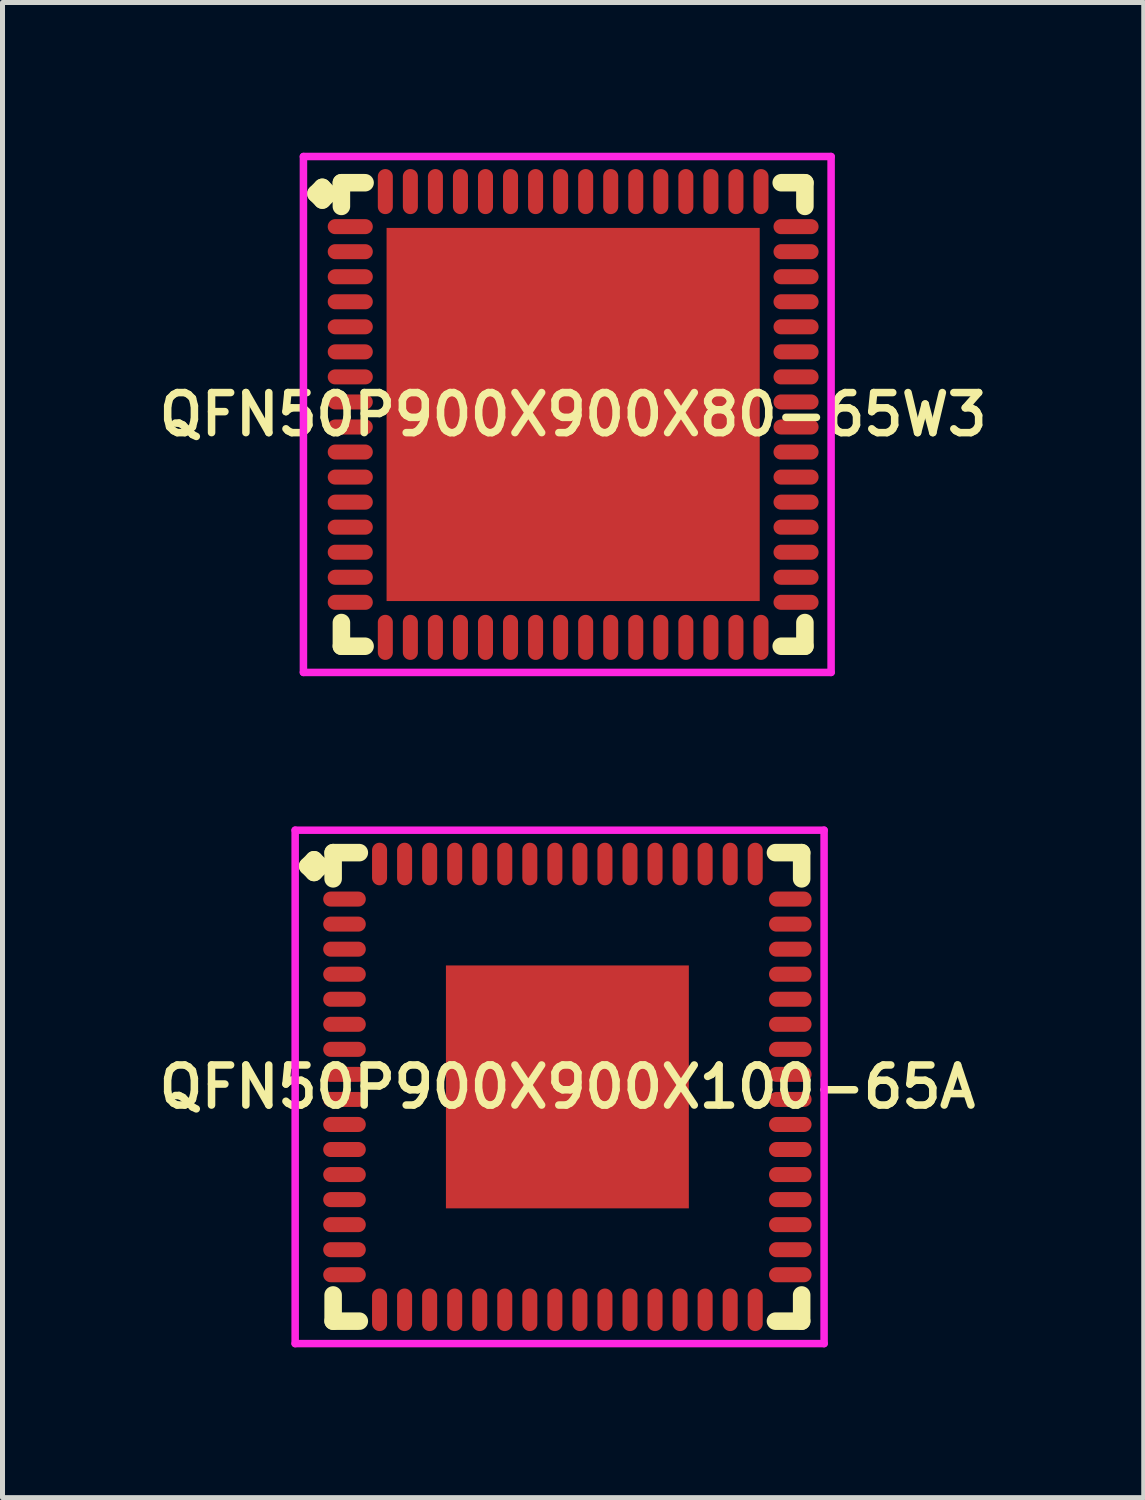
<source format=kicad_pcb>
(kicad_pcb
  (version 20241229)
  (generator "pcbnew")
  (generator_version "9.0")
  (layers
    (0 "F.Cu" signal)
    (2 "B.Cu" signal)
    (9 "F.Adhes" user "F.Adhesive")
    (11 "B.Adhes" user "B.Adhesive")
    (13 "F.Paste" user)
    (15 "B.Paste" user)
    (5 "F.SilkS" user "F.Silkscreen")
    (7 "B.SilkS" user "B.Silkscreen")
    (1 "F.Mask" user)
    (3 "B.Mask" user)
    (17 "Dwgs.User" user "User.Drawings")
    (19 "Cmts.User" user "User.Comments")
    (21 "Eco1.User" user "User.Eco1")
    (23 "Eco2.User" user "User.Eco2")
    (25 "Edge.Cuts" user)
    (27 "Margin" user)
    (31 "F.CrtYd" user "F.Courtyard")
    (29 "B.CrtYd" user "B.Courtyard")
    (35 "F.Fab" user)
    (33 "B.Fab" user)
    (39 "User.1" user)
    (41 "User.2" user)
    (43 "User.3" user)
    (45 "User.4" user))
  (footprint "QFN50P900X900X100-65A"
    (layer "F.Cu")
    (at 8.278 18.65)
    (property "Reference" "QFN50P900X900X100-65A" (at 0 0 0) (layer "F.SilkS") (effects (font (size 0.8 0.8) (thickness 0.15))))
    (attr smd)
    (fp_line (start -5.185 -4.408) (end -5.058 -4.535) (stroke (width 0.35) (type solid)) (layer "F.SilkS"))
    (fp_line (start -5.058 -4.535) (end -4.931 -4.408) (stroke (width 0.35) (type solid)) (layer "F.SilkS"))
    (fp_line (start -5.058 -4.281) (end -5.185 -4.408) (stroke (width 0.35) (type solid)) (layer "F.SilkS"))
    (fp_line (start -4.931 -4.408) (end -5.058 -4.281) (stroke (width 0.35) (type solid)) (layer "F.SilkS"))
    (fp_line (start -4.677 -4.677) (end -4.154 -4.677) (stroke (width 0.35) (type solid)) (layer "F.SilkS"))
    (fp_line (start -4.677 -4.154) (end -4.677 -4.677) (stroke (width 0.35) (type solid)) (layer "F.SilkS"))
    (fp_line (start -4.677 4.154) (end -4.677 4.677) (stroke (width 0.35) (type solid)) (layer "F.SilkS"))
    (fp_line (start -4.677 4.677) (end -4.154 4.677) (stroke (width 0.35) (type solid)) (layer "F.SilkS"))
    (fp_line (start 4.154 -4.677) (end 4.677 -4.677) (stroke (width 0.35) (type solid)) (layer "F.SilkS"))
    (fp_line (start 4.154 4.677) (end 4.677 4.677) (stroke (width 0.35) (type solid)) (layer "F.SilkS"))
    (fp_line (start 4.677 -4.677) (end 4.677 -4.154) (stroke (width 0.35) (type solid)) (layer "F.SilkS"))
    (fp_line (start 4.677 4.677) (end 4.677 4.154) (stroke (width 0.35) (type solid)) (layer "F.SilkS"))
    (fp_line (start -5.435 -5.125) (end 5.125 -5.125) (stroke (width 0.15) (type solid)) (layer "F.CrtYd"))
    (fp_line (start -5.435 5.125) (end -5.435 -5.125) (stroke (width 0.15) (type solid)) (layer "F.CrtYd"))
    (fp_line (start 5.125 -5.125) (end 5.125 5.125) (stroke (width 0.15) (type solid)) (layer "F.CrtYd"))
    (fp_line (start 5.125 5.125) (end -5.435 5.125) (stroke (width 0.15) (type solid)) (layer "F.CrtYd"))
    (pad "1" smd oval (at -4.45 -3.75) (size 0.85 0.3) (layers "F.Cu" "F.Mask" "F.Paste"))
    (pad "2" smd oval (at -4.45 -3.25) (size 0.85 0.3) (layers "F.Cu" "F.Mask" "F.Paste"))
    (pad "3" smd oval (at -4.45 -2.75) (size 0.85 0.3) (layers "F.Cu" "F.Mask" "F.Paste"))
    (pad "4" smd oval (at -4.45 -2.25) (size 0.85 0.3) (layers "F.Cu" "F.Mask" "F.Paste"))
    (pad "5" smd oval (at -4.45 -1.75) (size 0.85 0.3) (layers "F.Cu" "F.Mask" "F.Paste"))
    (pad "6" smd oval (at -4.45 -1.25) (size 0.85 0.3) (layers "F.Cu" "F.Mask" "F.Paste"))
    (pad "7" smd oval (at -4.45 -0.75) (size 0.85 0.3) (layers "F.Cu" "F.Mask" "F.Paste"))
    (pad "8" smd oval (at -4.45 -0.25) (size 0.85 0.3) (layers "F.Cu" "F.Mask" "F.Paste"))
    (pad "9" smd oval (at -4.45 0.25) (size 0.85 0.3) (layers "F.Cu" "F.Mask" "F.Paste"))
    (pad "10" smd oval (at -4.45 0.75) (size 0.85 0.3) (layers "F.Cu" "F.Mask" "F.Paste"))
    (pad "11" smd oval (at -4.45 1.25) (size 0.85 0.3) (layers "F.Cu" "F.Mask" "F.Paste"))
    (pad "12" smd oval (at -4.45 1.75) (size 0.85 0.3) (layers "F.Cu" "F.Mask" "F.Paste"))
    (pad "13" smd oval (at -4.45 2.25) (size 0.85 0.3) (layers "F.Cu" "F.Mask" "F.Paste"))
    (pad "14" smd oval (at -4.45 2.75) (size 0.85 0.3) (layers "F.Cu" "F.Mask" "F.Paste"))
    (pad "15" smd oval (at -4.45 3.25) (size 0.85 0.3) (layers "F.Cu" "F.Mask" "F.Paste"))
    (pad "16" smd oval (at -4.45 3.75) (size 0.85 0.3) (layers "F.Cu" "F.Mask" "F.Paste"))
    (pad "17" smd oval (at -3.75 4.45) (size 0.3 0.85) (layers "F.Cu" "F.Mask" "F.Paste"))
    (pad "18" smd oval (at -3.25 4.45) (size 0.3 0.85) (layers "F.Cu" "F.Mask" "F.Paste"))
    (pad "19" smd oval (at -2.75 4.45) (size 0.3 0.85) (layers "F.Cu" "F.Mask" "F.Paste"))
    (pad "20" smd oval (at -2.25 4.45) (size 0.3 0.85) (layers "F.Cu" "F.Mask" "F.Paste"))
    (pad "21" smd oval (at -1.75 4.45) (size 0.3 0.85) (layers "F.Cu" "F.Mask" "F.Paste"))
    (pad "22" smd oval (at -1.25 4.45) (size 0.3 0.85) (layers "F.Cu" "F.Mask" "F.Paste"))
    (pad "23" smd oval (at -0.75 4.45) (size 0.3 0.85) (layers "F.Cu" "F.Mask" "F.Paste"))
    (pad "24" smd oval (at -0.25 4.45) (size 0.3 0.85) (layers "F.Cu" "F.Mask" "F.Paste"))
    (pad "25" smd oval (at 0.25 4.45) (size 0.3 0.85) (layers "F.Cu" "F.Mask" "F.Paste"))
    (pad "26" smd oval (at 0.75 4.45) (size 0.3 0.85) (layers "F.Cu" "F.Mask" "F.Paste"))
    (pad "27" smd oval (at 1.25 4.45) (size 0.3 0.85) (layers "F.Cu" "F.Mask" "F.Paste"))
    (pad "28" smd oval (at 1.75 4.45) (size 0.3 0.85) (layers "F.Cu" "F.Mask" "F.Paste"))
    (pad "29" smd oval (at 2.25 4.45) (size 0.3 0.85) (layers "F.Cu" "F.Mask" "F.Paste"))
    (pad "30" smd oval (at 2.75 4.45) (size 0.3 0.85) (layers "F.Cu" "F.Mask" "F.Paste"))
    (pad "31" smd oval (at 3.25 4.45) (size 0.3 0.85) (layers "F.Cu" "F.Mask" "F.Paste"))
    (pad "32" smd oval (at 3.75 4.45) (size 0.3 0.85) (layers "F.Cu" "F.Mask" "F.Paste"))
    (pad "33" smd oval (at 4.45 3.75) (size 0.85 0.3) (layers "F.Cu" "F.Mask" "F.Paste"))
    (pad "34" smd oval (at 4.45 3.25) (size 0.85 0.3) (layers "F.Cu" "F.Mask" "F.Paste"))
    (pad "35" smd oval (at 4.45 2.75) (size 0.85 0.3) (layers "F.Cu" "F.Mask" "F.Paste"))
    (pad "36" smd oval (at 4.45 2.25) (size 0.85 0.3) (layers "F.Cu" "F.Mask" "F.Paste"))
    (pad "37" smd oval (at 4.45 1.75) (size 0.85 0.3) (layers "F.Cu" "F.Mask" "F.Paste"))
    (pad "38" smd oval (at 4.45 1.25) (size 0.85 0.3) (layers "F.Cu" "F.Mask" "F.Paste"))
    (pad "39" smd oval (at 4.45 0.75) (size 0.85 0.3) (layers "F.Cu" "F.Mask" "F.Paste"))
    (pad "40" smd oval (at 4.45 0.25) (size 0.85 0.3) (layers "F.Cu" "F.Mask" "F.Paste"))
    (pad "41" smd oval (at 4.45 -0.25) (size 0.85 0.3) (layers "F.Cu" "F.Mask" "F.Paste"))
    (pad "42" smd oval (at 4.45 -0.75) (size 0.85 0.3) (layers "F.Cu" "F.Mask" "F.Paste"))
    (pad "43" smd oval (at 4.45 -1.25) (size 0.85 0.3) (layers "F.Cu" "F.Mask" "F.Paste"))
    (pad "44" smd oval (at 4.45 -1.75) (size 0.85 0.3) (layers "F.Cu" "F.Mask" "F.Paste"))
    (pad "45" smd oval (at 4.45 -2.25) (size 0.85 0.3) (layers "F.Cu" "F.Mask" "F.Paste"))
    (pad "46" smd oval (at 4.45 -2.75) (size 0.85 0.3) (layers "F.Cu" "F.Mask" "F.Paste"))
    (pad "47" smd oval (at 4.45 -3.25) (size 0.85 0.3) (layers "F.Cu" "F.Mask" "F.Paste"))
    (pad "48" smd oval (at 4.45 -3.75) (size 0.85 0.3) (layers "F.Cu" "F.Mask" "F.Paste"))
    (pad "49" smd oval (at 3.75 -4.45) (size 0.3 0.85) (layers "F.Cu" "F.Mask" "F.Paste"))
    (pad "50" smd oval (at 3.25 -4.45) (size 0.3 0.85) (layers "F.Cu" "F.Mask" "F.Paste"))
    (pad "51" smd oval (at 2.75 -4.45) (size 0.3 0.85) (layers "F.Cu" "F.Mask" "F.Paste"))
    (pad "52" smd oval (at 2.25 -4.45) (size 0.3 0.85) (layers "F.Cu" "F.Mask" "F.Paste"))
    (pad "53" smd oval (at 1.75 -4.45) (size 0.3 0.85) (layers "F.Cu" "F.Mask" "F.Paste"))
    (pad "54" smd oval (at 1.25 -4.45) (size 0.3 0.85) (layers "F.Cu" "F.Mask" "F.Paste"))
    (pad "55" smd oval (at 0.75 -4.45) (size 0.3 0.85) (layers "F.Cu" "F.Mask" "F.Paste"))
    (pad "56" smd oval (at 0.25 -4.45) (size 0.3 0.85) (layers "F.Cu" "F.Mask" "F.Paste"))
    (pad "57" smd oval (at -0.25 -4.45) (size 0.3 0.85) (layers "F.Cu" "F.Mask" "F.Paste"))
    (pad "58" smd oval (at -0.75 -4.45) (size 0.3 0.85) (layers "F.Cu" "F.Mask" "F.Paste"))
    (pad "59" smd oval (at -1.25 -4.45) (size 0.3 0.85) (layers "F.Cu" "F.Mask" "F.Paste"))
    (pad "60" smd oval (at -1.75 -4.45) (size 0.3 0.85) (layers "F.Cu" "F.Mask" "F.Paste"))
    (pad "61" smd oval (at -2.25 -4.45) (size 0.3 0.85) (layers "F.Cu" "F.Mask" "F.Paste"))
    (pad "62" smd oval (at -2.75 -4.45) (size 0.3 0.85) (layers "F.Cu" "F.Mask" "F.Paste"))
    (pad "63" smd oval (at -3.25 -4.45) (size 0.3 0.85) (layers "F.Cu" "F.Mask" "F.Paste"))
    (pad "64" smd oval (at -3.75 -4.45) (size 0.3 0.85) (layers "F.Cu" "F.Mask" "F.Paste"))
    (pad "65" smd rect (at 0 0) (size 4.85 4.85) (layers "F.Cu" "F.Mask" "F.Paste")))
  (footprint "QFN50P900X900X80-65W3"
    (layer "F.Cu")
    (at 8.393 5.225)
    (property "Reference" "QFN50P900X900X80-65W3" (at 0 0 0) (layer "F.SilkS") (effects (font (size 0.8 0.8) (thickness 0.15))))
    (attr smd)
    (fp_line (start -5.135 -4.408) (end -5.008 -4.535) (stroke (width 0.35) (type solid)) (layer "F.SilkS"))
    (fp_line (start -5.008 -4.535) (end -4.881 -4.408) (stroke (width 0.35) (type solid)) (layer "F.SilkS"))
    (fp_line (start -5.008 -4.281) (end -5.135 -4.408) (stroke (width 0.35) (type solid)) (layer "F.SilkS"))
    (fp_line (start -4.881 -4.408) (end -5.008 -4.281) (stroke (width 0.35) (type solid)) (layer "F.SilkS"))
    (fp_line (start -4.627 -4.627) (end -4.154 -4.627) (stroke (width 0.35) (type solid)) (layer "F.SilkS"))
    (fp_line (start -4.627 -4.154) (end -4.627 -4.627) (stroke (width 0.35) (type solid)) (layer "F.SilkS"))
    (fp_line (start -4.627 4.154) (end -4.627 4.627) (stroke (width 0.35) (type solid)) (layer "F.SilkS"))
    (fp_line (start -4.627 4.627) (end -4.154 4.627) (stroke (width 0.35) (type solid)) (layer "F.SilkS"))
    (fp_line (start 4.154 -4.627) (end 4.627 -4.627) (stroke (width 0.35) (type solid)) (layer "F.SilkS"))
    (fp_line (start 4.154 4.627) (end 4.627 4.627) (stroke (width 0.35) (type solid)) (layer "F.SilkS"))
    (fp_line (start 4.627 -4.627) (end 4.627 -4.154) (stroke (width 0.35) (type solid)) (layer "F.SilkS"))
    (fp_line (start 4.627 4.627) (end 4.627 4.154) (stroke (width 0.35) (type solid)) (layer "F.SilkS"))
    (fp_line (start -5.385 -5.15) (end 5.15 -5.15) (stroke (width 0.15) (type solid)) (layer "F.CrtYd"))
    (fp_line (start -5.385 5.15) (end -5.385 -5.15) (stroke (width 0.15) (type solid)) (layer "F.CrtYd"))
    (fp_line (start 5.15 -5.15) (end 5.15 5.15) (stroke (width 0.15) (type solid)) (layer "F.CrtYd"))
    (fp_line (start 5.15 5.15) (end -5.385 5.15) (stroke (width 0.15) (type solid)) (layer "F.CrtYd"))
    (pad "1" smd oval (at -4.45 -3.75) (size 0.9 0.3) (layers "F.Cu" "F.Mask" "F.Paste"))
    (pad "2" smd oval (at -4.45 -3.25) (size 0.9 0.3) (layers "F.Cu" "F.Mask" "F.Paste"))
    (pad "3" smd oval (at -4.45 -2.75) (size 0.9 0.3) (layers "F.Cu" "F.Mask" "F.Paste"))
    (pad "4" smd oval (at -4.45 -2.25) (size 0.9 0.3) (layers "F.Cu" "F.Mask" "F.Paste"))
    (pad "5" smd oval (at -4.45 -1.75) (size 0.9 0.3) (layers "F.Cu" "F.Mask" "F.Paste"))
    (pad "6" smd oval (at -4.45 -1.25) (size 0.9 0.3) (layers "F.Cu" "F.Mask" "F.Paste"))
    (pad "7" smd oval (at -4.45 -0.75) (size 0.9 0.3) (layers "F.Cu" "F.Mask" "F.Paste"))
    (pad "8" smd oval (at -4.45 -0.25) (size 0.9 0.3) (layers "F.Cu" "F.Mask" "F.Paste"))
    (pad "9" smd oval (at -4.45 0.25) (size 0.9 0.3) (layers "F.Cu" "F.Mask" "F.Paste"))
    (pad "10" smd oval (at -4.45 0.75) (size 0.9 0.3) (layers "F.Cu" "F.Mask" "F.Paste"))
    (pad "11" smd oval (at -4.45 1.25) (size 0.9 0.3) (layers "F.Cu" "F.Mask" "F.Paste"))
    (pad "12" smd oval (at -4.45 1.75) (size 0.9 0.3) (layers "F.Cu" "F.Mask" "F.Paste"))
    (pad "13" smd oval (at -4.45 2.25) (size 0.9 0.3) (layers "F.Cu" "F.Mask" "F.Paste"))
    (pad "14" smd oval (at -4.45 2.75) (size 0.9 0.3) (layers "F.Cu" "F.Mask" "F.Paste"))
    (pad "15" smd oval (at -4.45 3.25) (size 0.9 0.3) (layers "F.Cu" "F.Mask" "F.Paste"))
    (pad "16" smd oval (at -4.45 3.75) (size 0.9 0.3) (layers "F.Cu" "F.Mask" "F.Paste"))
    (pad "17" smd oval (at -3.75 4.45) (size 0.3 0.9) (layers "F.Cu" "F.Mask" "F.Paste"))
    (pad "18" smd oval (at -3.25 4.45) (size 0.3 0.9) (layers "F.Cu" "F.Mask" "F.Paste"))
    (pad "19" smd oval (at -2.75 4.45) (size 0.3 0.9) (layers "F.Cu" "F.Mask" "F.Paste"))
    (pad "20" smd oval (at -2.25 4.45) (size 0.3 0.9) (layers "F.Cu" "F.Mask" "F.Paste"))
    (pad "21" smd oval (at -1.75 4.45) (size 0.3 0.9) (layers "F.Cu" "F.Mask" "F.Paste"))
    (pad "22" smd oval (at -1.25 4.45) (size 0.3 0.9) (layers "F.Cu" "F.Mask" "F.Paste"))
    (pad "23" smd oval (at -0.75 4.45) (size 0.3 0.9) (layers "F.Cu" "F.Mask" "F.Paste"))
    (pad "24" smd oval (at -0.25 4.45) (size 0.3 0.9) (layers "F.Cu" "F.Mask" "F.Paste"))
    (pad "25" smd oval (at 0.25 4.45) (size 0.3 0.9) (layers "F.Cu" "F.Mask" "F.Paste"))
    (pad "26" smd oval (at 0.75 4.45) (size 0.3 0.9) (layers "F.Cu" "F.Mask" "F.Paste"))
    (pad "27" smd oval (at 1.25 4.45) (size 0.3 0.9) (layers "F.Cu" "F.Mask" "F.Paste"))
    (pad "28" smd oval (at 1.75 4.45) (size 0.3 0.9) (layers "F.Cu" "F.Mask" "F.Paste"))
    (pad "29" smd oval (at 2.25 4.45) (size 0.3 0.9) (layers "F.Cu" "F.Mask" "F.Paste"))
    (pad "30" smd oval (at 2.75 4.45) (size 0.3 0.9) (layers "F.Cu" "F.Mask" "F.Paste"))
    (pad "31" smd oval (at 3.25 4.45) (size 0.3 0.9) (layers "F.Cu" "F.Mask" "F.Paste"))
    (pad "32" smd oval (at 3.75 4.45) (size 0.3 0.9) (layers "F.Cu" "F.Mask" "F.Paste"))
    (pad "33" smd oval (at 4.45 3.75) (size 0.9 0.3) (layers "F.Cu" "F.Mask" "F.Paste"))
    (pad "34" smd oval (at 4.45 3.25) (size 0.9 0.3) (layers "F.Cu" "F.Mask" "F.Paste"))
    (pad "35" smd oval (at 4.45 2.75) (size 0.9 0.3) (layers "F.Cu" "F.Mask" "F.Paste"))
    (pad "36" smd oval (at 4.45 2.25) (size 0.9 0.3) (layers "F.Cu" "F.Mask" "F.Paste"))
    (pad "37" smd oval (at 4.45 1.75) (size 0.9 0.3) (layers "F.Cu" "F.Mask" "F.Paste"))
    (pad "38" smd oval (at 4.45 1.25) (size 0.9 0.3) (layers "F.Cu" "F.Mask" "F.Paste"))
    (pad "39" smd oval (at 4.45 0.75) (size 0.9 0.3) (layers "F.Cu" "F.Mask" "F.Paste"))
    (pad "40" smd oval (at 4.45 0.25) (size 0.9 0.3) (layers "F.Cu" "F.Mask" "F.Paste"))
    (pad "41" smd oval (at 4.45 -0.25) (size 0.9 0.3) (layers "F.Cu" "F.Mask" "F.Paste"))
    (pad "42" smd oval (at 4.45 -0.75) (size 0.9 0.3) (layers "F.Cu" "F.Mask" "F.Paste"))
    (pad "43" smd oval (at 4.45 -1.25) (size 0.9 0.3) (layers "F.Cu" "F.Mask" "F.Paste"))
    (pad "44" smd oval (at 4.45 -1.75) (size 0.9 0.3) (layers "F.Cu" "F.Mask" "F.Paste"))
    (pad "45" smd oval (at 4.45 -2.25) (size 0.9 0.3) (layers "F.Cu" "F.Mask" "F.Paste"))
    (pad "46" smd oval (at 4.45 -2.75) (size 0.9 0.3) (layers "F.Cu" "F.Mask" "F.Paste"))
    (pad "47" smd oval (at 4.45 -3.25) (size 0.9 0.3) (layers "F.Cu" "F.Mask" "F.Paste"))
    (pad "48" smd oval (at 4.45 -3.75) (size 0.9 0.3) (layers "F.Cu" "F.Mask" "F.Paste"))
    (pad "49" smd oval (at 3.75 -4.45) (size 0.3 0.9) (layers "F.Cu" "F.Mask" "F.Paste"))
    (pad "50" smd oval (at 3.25 -4.45) (size 0.3 0.9) (layers "F.Cu" "F.Mask" "F.Paste"))
    (pad "51" smd oval (at 2.75 -4.45) (size 0.3 0.9) (layers "F.Cu" "F.Mask" "F.Paste"))
    (pad "52" smd oval (at 2.25 -4.45) (size 0.3 0.9) (layers "F.Cu" "F.Mask" "F.Paste"))
    (pad "53" smd oval (at 1.75 -4.45) (size 0.3 0.9) (layers "F.Cu" "F.Mask" "F.Paste"))
    (pad "54" smd oval (at 1.25 -4.45) (size 0.3 0.9) (layers "F.Cu" "F.Mask" "F.Paste"))
    (pad "55" smd oval (at 0.75 -4.45) (size 0.3 0.9) (layers "F.Cu" "F.Mask" "F.Paste"))
    (pad "56" smd oval (at 0.25 -4.45) (size 0.3 0.9) (layers "F.Cu" "F.Mask" "F.Paste"))
    (pad "57" smd oval (at -0.25 -4.45) (size 0.3 0.9) (layers "F.Cu" "F.Mask" "F.Paste"))
    (pad "58" smd oval (at -0.75 -4.45) (size 0.3 0.9) (layers "F.Cu" "F.Mask" "F.Paste"))
    (pad "59" smd oval (at -1.25 -4.45) (size 0.3 0.9) (layers "F.Cu" "F.Mask" "F.Paste"))
    (pad "60" smd oval (at -1.75 -4.45) (size 0.3 0.9) (layers "F.Cu" "F.Mask" "F.Paste"))
    (pad "61" smd oval (at -2.25 -4.45) (size 0.3 0.9) (layers "F.Cu" "F.Mask" "F.Paste"))
    (pad "62" smd oval (at -2.75 -4.45) (size 0.3 0.9) (layers "F.Cu" "F.Mask" "F.Paste"))
    (pad "63" smd oval (at -3.25 -4.45) (size 0.3 0.9) (layers "F.Cu" "F.Mask" "F.Paste"))
    (pad "64" smd oval (at -3.75 -4.45) (size 0.3 0.9) (layers "F.Cu" "F.Mask" "F.Paste"))
    (pad "65" smd rect (at 0 0) (size 7.45 7.45) (layers "F.Cu" "F.Mask" "F.Paste")))
  (gr_rect
    (start -3 -3)
    (end 19.785 26.85)
    (stroke (width 0.1) (type default))
    (fill no)
    (layer "Edge.Cuts")))
</source>
